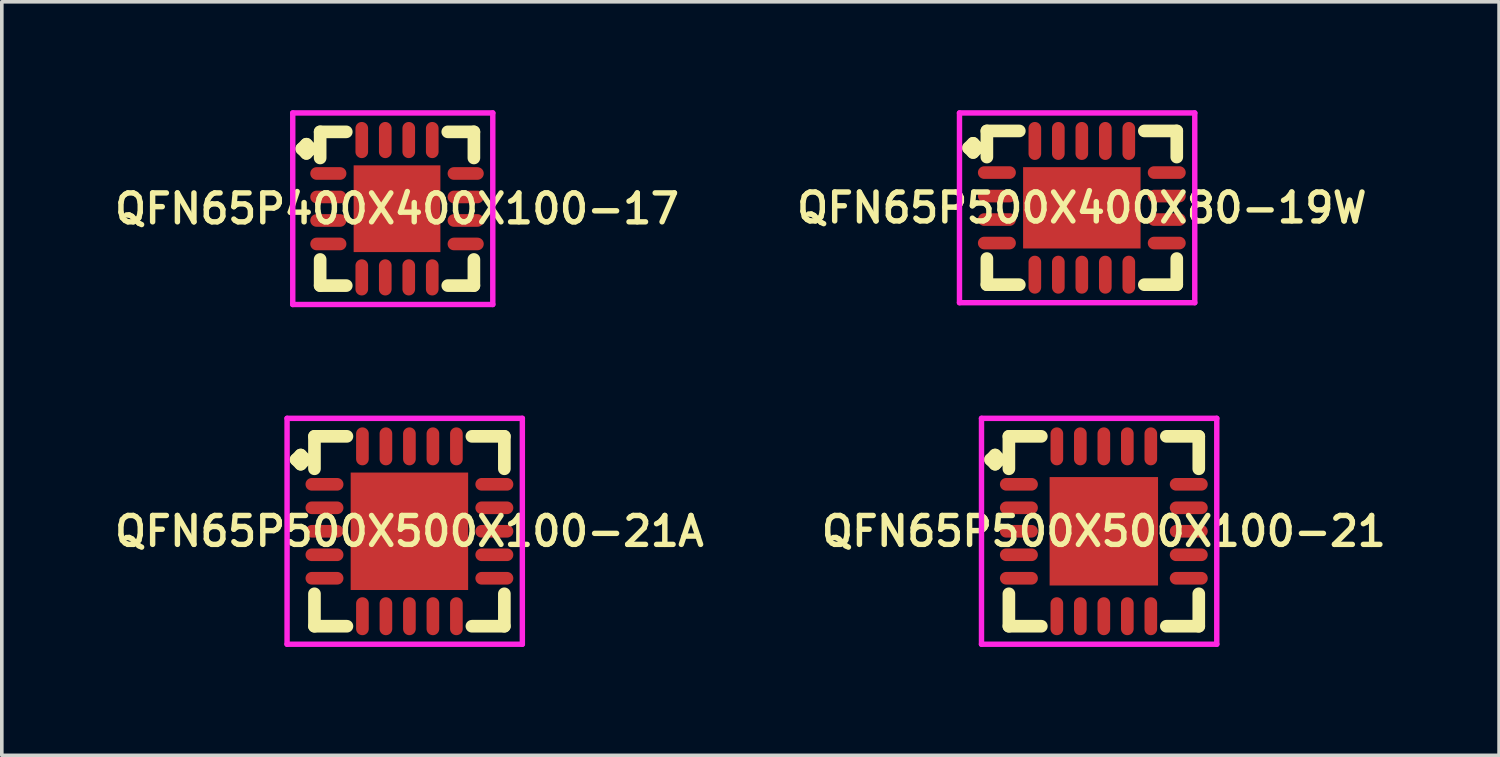
<source format=kicad_pcb>
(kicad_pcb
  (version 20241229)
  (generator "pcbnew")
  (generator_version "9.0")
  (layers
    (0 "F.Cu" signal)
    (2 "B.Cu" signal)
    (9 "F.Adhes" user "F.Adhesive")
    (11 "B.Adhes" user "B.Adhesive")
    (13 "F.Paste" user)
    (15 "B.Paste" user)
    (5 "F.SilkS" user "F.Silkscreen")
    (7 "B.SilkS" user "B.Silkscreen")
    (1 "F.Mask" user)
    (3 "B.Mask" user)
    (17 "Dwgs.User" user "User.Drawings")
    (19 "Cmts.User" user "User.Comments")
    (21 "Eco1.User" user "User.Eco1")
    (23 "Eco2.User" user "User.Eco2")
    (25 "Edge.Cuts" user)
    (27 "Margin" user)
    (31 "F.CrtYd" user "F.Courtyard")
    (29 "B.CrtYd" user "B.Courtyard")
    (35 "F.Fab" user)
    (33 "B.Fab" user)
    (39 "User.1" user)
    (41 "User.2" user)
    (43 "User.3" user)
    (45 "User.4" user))
  (footprint "QFN65P400X400X100-17"
    (layer "F.Cu")
    (at 7.935 2.725)
    (property "Reference" "QFN65P400X400X100-17" (at 0 0 0) (layer "F.SilkS") (effects (font (size 0.8 0.8) (thickness 0.15))))
    (attr smd)
    (fp_line (start -2.635 -1.658) (end -2.508 -1.785) (stroke (width 0.35) (type solid)) (layer "F.SilkS"))
    (fp_line (start -2.508 -1.785) (end -2.381 -1.658) (stroke (width 0.35) (type solid)) (layer "F.SilkS"))
    (fp_line (start -2.508 -1.531) (end -2.635 -1.658) (stroke (width 0.35) (type solid)) (layer "F.SilkS"))
    (fp_line (start -2.381 -1.658) (end -2.508 -1.531) (stroke (width 0.35) (type solid)) (layer "F.SilkS"))
    (fp_line (start -2.127 -2.127) (end -1.404 -2.127) (stroke (width 0.35) (type solid)) (layer "F.SilkS"))
    (fp_line (start -2.127 -1.404) (end -2.127 -2.127) (stroke (width 0.35) (type solid)) (layer "F.SilkS"))
    (fp_line (start -2.127 1.404) (end -2.127 2.127) (stroke (width 0.35) (type solid)) (layer "F.SilkS"))
    (fp_line (start -2.127 2.127) (end -1.404 2.127) (stroke (width 0.35) (type solid)) (layer "F.SilkS"))
    (fp_line (start 1.404 -2.127) (end 2.127 -2.127) (stroke (width 0.35) (type solid)) (layer "F.SilkS"))
    (fp_line (start 1.404 2.127) (end 2.127 2.127) (stroke (width 0.35) (type solid)) (layer "F.SilkS"))
    (fp_line (start 2.127 -2.127) (end 2.127 -1.404) (stroke (width 0.35) (type solid)) (layer "F.SilkS"))
    (fp_line (start 2.127 2.127) (end 2.127 1.404) (stroke (width 0.35) (type solid)) (layer "F.SilkS"))
    (fp_line (start -2.885 -2.65) (end 2.65 -2.65) (stroke (width 0.15) (type solid)) (layer "F.CrtYd"))
    (fp_line (start -2.885 2.65) (end -2.885 -2.65) (stroke (width 0.15) (type solid)) (layer "F.CrtYd"))
    (fp_line (start 2.65 -2.65) (end 2.65 2.65) (stroke (width 0.15) (type solid)) (layer "F.CrtYd"))
    (fp_line (start 2.65 2.65) (end -2.885 2.65) (stroke (width 0.15) (type solid)) (layer "F.CrtYd"))
    (pad "1" smd oval (at -1.9 -0.975) (size 1 0.35) (layers "F.Cu" "F.Mask" "F.Paste"))
    (pad "2" smd oval (at -1.9 -0.325) (size 1 0.35) (layers "F.Cu" "F.Mask" "F.Paste"))
    (pad "3" smd oval (at -1.9 0.325) (size 1 0.35) (layers "F.Cu" "F.Mask" "F.Paste"))
    (pad "4" smd oval (at -1.9 0.975) (size 1 0.35) (layers "F.Cu" "F.Mask" "F.Paste"))
    (pad "5" smd oval (at -0.975 1.9) (size 0.35 1) (layers "F.Cu" "F.Mask" "F.Paste"))
    (pad "6" smd oval (at -0.325 1.9) (size 0.35 1) (layers "F.Cu" "F.Mask" "F.Paste"))
    (pad "7" smd oval (at 0.325 1.9) (size 0.35 1) (layers "F.Cu" "F.Mask" "F.Paste"))
    (pad "8" smd oval (at 0.975 1.9) (size 0.35 1) (layers "F.Cu" "F.Mask" "F.Paste"))
    (pad "9" smd oval (at 1.9 0.975) (size 1 0.35) (layers "F.Cu" "F.Mask" "F.Paste"))
    (pad "10" smd oval (at 1.9 0.325) (size 1 0.35) (layers "F.Cu" "F.Mask" "F.Paste"))
    (pad "11" smd oval (at 1.9 -0.325) (size 1 0.35) (layers "F.Cu" "F.Mask" "F.Paste"))
    (pad "12" smd oval (at 1.9 -0.975) (size 1 0.35) (layers "F.Cu" "F.Mask" "F.Paste"))
    (pad "13" smd oval (at 0.975 -1.9) (size 0.35 1) (layers "F.Cu" "F.Mask" "F.Paste"))
    (pad "14" smd oval (at 0.325 -1.9) (size 0.35 1) (layers "F.Cu" "F.Mask" "F.Paste"))
    (pad "15" smd oval (at -0.325 -1.9) (size 0.35 1) (layers "F.Cu" "F.Mask" "F.Paste"))
    (pad "16" smd oval (at -0.975 -1.9) (size 0.35 1) (layers "F.Cu" "F.Mask" "F.Paste"))
    (pad "17" smd rect (at 0 0) (size 2.4 2.4) (layers "F.Cu" "F.Mask" "F.Paste")))
  (footprint "QFN65P500X500X100-21"
    (layer "F.Cu")
    (at 27.492 11.65)
    (property "Reference" "QFN65P500X500X100-21" (at 0 0 0) (layer "F.SilkS") (effects (font (size 0.8 0.8) (thickness 0.15))))
    (attr smd)
    (fp_line (start -3.135 -1.983) (end -3.008 -2.11) (stroke (width 0.35) (type solid)) (layer "F.SilkS"))
    (fp_line (start -3.008 -2.11) (end -2.881 -1.983) (stroke (width 0.35) (type solid)) (layer "F.SilkS"))
    (fp_line (start -3.008 -1.856) (end -3.135 -1.983) (stroke (width 0.35) (type solid)) (layer "F.SilkS"))
    (fp_line (start -2.881 -1.983) (end -3.008 -1.856) (stroke (width 0.35) (type solid)) (layer "F.SilkS"))
    (fp_line (start -2.627 -2.627) (end -1.729 -2.627) (stroke (width 0.35) (type solid)) (layer "F.SilkS"))
    (fp_line (start -2.627 -1.729) (end -2.627 -2.627) (stroke (width 0.35) (type solid)) (layer "F.SilkS"))
    (fp_line (start -2.627 1.729) (end -2.627 2.627) (stroke (width 0.35) (type solid)) (layer "F.SilkS"))
    (fp_line (start -2.627 2.627) (end -1.729 2.627) (stroke (width 0.35) (type solid)) (layer "F.SilkS"))
    (fp_line (start 1.729 -2.627) (end 2.627 -2.627) (stroke (width 0.35) (type solid)) (layer "F.SilkS"))
    (fp_line (start 1.729 2.627) (end 2.627 2.627) (stroke (width 0.35) (type solid)) (layer "F.SilkS"))
    (fp_line (start 2.627 -2.627) (end 2.627 -1.729) (stroke (width 0.35) (type solid)) (layer "F.SilkS"))
    (fp_line (start 2.627 2.627) (end 2.627 1.729) (stroke (width 0.35) (type solid)) (layer "F.SilkS"))
    (fp_line (start -3.385 -3.125) (end 3.125 -3.125) (stroke (width 0.15) (type solid)) (layer "F.CrtYd"))
    (fp_line (start -3.385 3.125) (end -3.385 -3.125) (stroke (width 0.15) (type solid)) (layer "F.CrtYd"))
    (fp_line (start 3.125 -3.125) (end 3.125 3.125) (stroke (width 0.15) (type solid)) (layer "F.CrtYd"))
    (fp_line (start 3.125 3.125) (end -3.385 3.125) (stroke (width 0.15) (type solid)) (layer "F.CrtYd"))
    (pad "1" smd oval (at -2.35 -1.3) (size 1.05 0.35) (layers "F.Cu" "F.Mask" "F.Paste"))
    (pad "2" smd oval (at -2.35 -0.65) (size 1.05 0.35) (layers "F.Cu" "F.Mask" "F.Paste"))
    (pad "3" smd oval (at -2.35 0) (size 1.05 0.35) (layers "F.Cu" "F.Mask" "F.Paste"))
    (pad "4" smd oval (at -2.35 0.65) (size 1.05 0.35) (layers "F.Cu" "F.Mask" "F.Paste"))
    (pad "5" smd oval (at -2.35 1.3) (size 1.05 0.35) (layers "F.Cu" "F.Mask" "F.Paste"))
    (pad "6" smd oval (at -1.3 2.35) (size 0.35 1.05) (layers "F.Cu" "F.Mask" "F.Paste"))
    (pad "7" smd oval (at -0.65 2.35) (size 0.35 1.05) (layers "F.Cu" "F.Mask" "F.Paste"))
    (pad "8" smd oval (at 0 2.35) (size 0.35 1.05) (layers "F.Cu" "F.Mask" "F.Paste"))
    (pad "9" smd oval (at 0.65 2.35) (size 0.35 1.05) (layers "F.Cu" "F.Mask" "F.Paste"))
    (pad "10" smd oval (at 1.3 2.35) (size 0.35 1.05) (layers "F.Cu" "F.Mask" "F.Paste"))
    (pad "11" smd oval (at 2.35 1.3) (size 1.05 0.35) (layers "F.Cu" "F.Mask" "F.Paste"))
    (pad "12" smd oval (at 2.35 0.65) (size 1.05 0.35) (layers "F.Cu" "F.Mask" "F.Paste"))
    (pad "13" smd oval (at 2.35 0) (size 1.05 0.35) (layers "F.Cu" "F.Mask" "F.Paste"))
    (pad "14" smd oval (at 2.35 -0.65) (size 1.05 0.35) (layers "F.Cu" "F.Mask" "F.Paste"))
    (pad "15" smd oval (at 2.35 -1.3) (size 1.05 0.35) (layers "F.Cu" "F.Mask" "F.Paste"))
    (pad "16" smd oval (at 1.3 -2.35) (size 0.35 1.05) (layers "F.Cu" "F.Mask" "F.Paste"))
    (pad "17" smd oval (at 0.65 -2.35) (size 0.35 1.05) (layers "F.Cu" "F.Mask" "F.Paste"))
    (pad "18" smd oval (at 0 -2.35) (size 0.35 1.05) (layers "F.Cu" "F.Mask" "F.Paste"))
    (pad "19" smd oval (at -0.65 -2.35) (size 0.35 1.05) (layers "F.Cu" "F.Mask" "F.Paste"))
    (pad "20" smd oval (at -1.3 -2.35) (size 0.35 1.05) (layers "F.Cu" "F.Mask" "F.Paste"))
    (pad "21" smd rect (at 0 0) (size 3 3) (layers "F.Cu" "F.Mask" "F.Paste")))
  (footprint "QFN65P500X500X100-21A"
    (layer "F.Cu")
    (at 8.278 11.65)
    (property "Reference" "QFN65P500X500X100-21A" (at 0 0 0) (layer "F.SilkS") (effects (font (size 0.8 0.8) (thickness 0.15))))
    (attr smd)
    (fp_line (start -3.135 -1.983) (end -3.008 -2.11) (stroke (width 0.35) (type solid)) (layer "F.SilkS"))
    (fp_line (start -3.008 -2.11) (end -2.881 -1.983) (stroke (width 0.35) (type solid)) (layer "F.SilkS"))
    (fp_line (start -3.008 -1.856) (end -3.135 -1.983) (stroke (width 0.35) (type solid)) (layer "F.SilkS"))
    (fp_line (start -2.881 -1.983) (end -3.008 -1.856) (stroke (width 0.35) (type solid)) (layer "F.SilkS"))
    (fp_line (start -2.627 -2.627) (end -1.729 -2.627) (stroke (width 0.35) (type solid)) (layer "F.SilkS"))
    (fp_line (start -2.627 -1.729) (end -2.627 -2.627) (stroke (width 0.35) (type solid)) (layer "F.SilkS"))
    (fp_line (start -2.627 1.729) (end -2.627 2.627) (stroke (width 0.35) (type solid)) (layer "F.SilkS"))
    (fp_line (start -2.627 2.627) (end -1.729 2.627) (stroke (width 0.35) (type solid)) (layer "F.SilkS"))
    (fp_line (start 1.729 -2.627) (end 2.627 -2.627) (stroke (width 0.35) (type solid)) (layer "F.SilkS"))
    (fp_line (start 1.729 2.627) (end 2.627 2.627) (stroke (width 0.35) (type solid)) (layer "F.SilkS"))
    (fp_line (start 2.627 -2.627) (end 2.627 -1.729) (stroke (width 0.35) (type solid)) (layer "F.SilkS"))
    (fp_line (start 2.627 2.627) (end 2.627 1.729) (stroke (width 0.35) (type solid)) (layer "F.SilkS"))
    (fp_line (start -3.385 -3.125) (end 3.125 -3.125) (stroke (width 0.15) (type solid)) (layer "F.CrtYd"))
    (fp_line (start -3.385 3.125) (end -3.385 -3.125) (stroke (width 0.15) (type solid)) (layer "F.CrtYd"))
    (fp_line (start 3.125 -3.125) (end 3.125 3.125) (stroke (width 0.15) (type solid)) (layer "F.CrtYd"))
    (fp_line (start 3.125 3.125) (end -3.385 3.125) (stroke (width 0.15) (type solid)) (layer "F.CrtYd"))
    (pad "1" smd oval (at -2.35 -1.3) (size 1.05 0.35) (layers "F.Cu" "F.Mask" "F.Paste"))
    (pad "2" smd oval (at -2.35 -0.65) (size 1.05 0.35) (layers "F.Cu" "F.Mask" "F.Paste"))
    (pad "3" smd oval (at -2.35 0) (size 1.05 0.35) (layers "F.Cu" "F.Mask" "F.Paste"))
    (pad "4" smd oval (at -2.35 0.65) (size 1.05 0.35) (layers "F.Cu" "F.Mask" "F.Paste"))
    (pad "5" smd oval (at -2.35 1.3) (size 1.05 0.35) (layers "F.Cu" "F.Mask" "F.Paste"))
    (pad "6" smd oval (at -1.3 2.35) (size 0.35 1.05) (layers "F.Cu" "F.Mask" "F.Paste"))
    (pad "7" smd oval (at -0.65 2.35) (size 0.35 1.05) (layers "F.Cu" "F.Mask" "F.Paste"))
    (pad "8" smd oval (at 0 2.35) (size 0.35 1.05) (layers "F.Cu" "F.Mask" "F.Paste"))
    (pad "9" smd oval (at 0.65 2.35) (size 0.35 1.05) (layers "F.Cu" "F.Mask" "F.Paste"))
    (pad "10" smd oval (at 1.3 2.35) (size 0.35 1.05) (layers "F.Cu" "F.Mask" "F.Paste"))
    (pad "11" smd oval (at 2.35 1.3) (size 1.05 0.35) (layers "F.Cu" "F.Mask" "F.Paste"))
    (pad "12" smd oval (at 2.35 0.65) (size 1.05 0.35) (layers "F.Cu" "F.Mask" "F.Paste"))
    (pad "13" smd oval (at 2.35 0) (size 1.05 0.35) (layers "F.Cu" "F.Mask" "F.Paste"))
    (pad "14" smd oval (at 2.35 -0.65) (size 1.05 0.35) (layers "F.Cu" "F.Mask" "F.Paste"))
    (pad "15" smd oval (at 2.35 -1.3) (size 1.05 0.35) (layers "F.Cu" "F.Mask" "F.Paste"))
    (pad "16" smd oval (at 1.3 -2.35) (size 0.35 1.05) (layers "F.Cu" "F.Mask" "F.Paste"))
    (pad "17" smd oval (at 0.65 -2.35) (size 0.35 1.05) (layers "F.Cu" "F.Mask" "F.Paste"))
    (pad "18" smd oval (at 0 -2.35) (size 0.35 1.05) (layers "F.Cu" "F.Mask" "F.Paste"))
    (pad "19" smd oval (at -0.65 -2.35) (size 0.35 1.05) (layers "F.Cu" "F.Mask" "F.Paste"))
    (pad "20" smd oval (at -1.3 -2.35) (size 0.35 1.05) (layers "F.Cu" "F.Mask" "F.Paste"))
    (pad "21" smd rect (at 0 0) (size 3.25 3.25) (layers "F.Cu" "F.Mask" "F.Paste")))
  (footprint "QFN65P500X400X80-19W"
    (layer "F.Cu")
    (at 26.883 2.7)
    (property "Reference" "QFN65P500X400X80-19W" (at 0 0 0) (layer "F.SilkS") (effects (font (size 0.8 0.8) (thickness 0.15))))
    (attr smd)
    (fp_line (start -3.135 -1.658) (end -3.008 -1.785) (stroke (width 0.35) (type solid)) (layer "F.SilkS"))
    (fp_line (start -3.008 -1.785) (end -2.881 -1.658) (stroke (width 0.35) (type solid)) (layer "F.SilkS"))
    (fp_line (start -3.008 -1.531) (end -3.135 -1.658) (stroke (width 0.35) (type solid)) (layer "F.SilkS"))
    (fp_line (start -2.881 -1.658) (end -3.008 -1.531) (stroke (width 0.35) (type solid)) (layer "F.SilkS"))
    (fp_line (start -2.627 -2.127) (end -1.729 -2.127) (stroke (width 0.35) (type solid)) (layer "F.SilkS"))
    (fp_line (start -2.627 -1.404) (end -2.627 -2.127) (stroke (width 0.35) (type solid)) (layer "F.SilkS"))
    (fp_line (start -2.627 1.404) (end -2.627 2.127) (stroke (width 0.35) (type solid)) (layer "F.SilkS"))
    (fp_line (start -2.627 2.127) (end -1.729 2.127) (stroke (width 0.35) (type solid)) (layer "F.SilkS"))
    (fp_line (start 1.729 -2.127) (end 2.627 -2.127) (stroke (width 0.35) (type solid)) (layer "F.SilkS"))
    (fp_line (start 1.729 2.127) (end 2.627 2.127) (stroke (width 0.35) (type solid)) (layer "F.SilkS"))
    (fp_line (start 2.627 -2.127) (end 2.627 -1.404) (stroke (width 0.35) (type solid)) (layer "F.SilkS"))
    (fp_line (start 2.627 2.127) (end 2.627 1.404) (stroke (width 0.35) (type solid)) (layer "F.SilkS"))
    (fp_line (start -3.385 -2.625) (end 3.125 -2.625) (stroke (width 0.15) (type solid)) (layer "F.CrtYd"))
    (fp_line (start -3.385 2.625) (end -3.385 -2.625) (stroke (width 0.15) (type solid)) (layer "F.CrtYd"))
    (fp_line (start 3.125 -2.625) (end 3.125 2.625) (stroke (width 0.15) (type solid)) (layer "F.CrtYd"))
    (fp_line (start 3.125 2.625) (end -3.385 2.625) (stroke (width 0.15) (type solid)) (layer "F.CrtYd"))
    (pad "1" smd oval (at -2.35 -0.975) (size 1.05 0.35) (layers "F.Cu" "F.Mask" "F.Paste"))
    (pad "2" smd oval (at -2.35 -0.325) (size 1.05 0.35) (layers "F.Cu" "F.Mask" "F.Paste"))
    (pad "3" smd oval (at -2.35 0.325) (size 1.05 0.35) (layers "F.Cu" "F.Mask" "F.Paste"))
    (pad "4" smd oval (at -2.35 0.975) (size 1.05 0.35) (layers "F.Cu" "F.Mask" "F.Paste"))
    (pad "5" smd oval (at -1.3 1.85) (size 0.35 1.05) (layers "F.Cu" "F.Mask" "F.Paste"))
    (pad "6" smd oval (at -0.65 1.85) (size 0.35 1.05) (layers "F.Cu" "F.Mask" "F.Paste"))
    (pad "7" smd oval (at 0 1.85) (size 0.35 1.05) (layers "F.Cu" "F.Mask" "F.Paste"))
    (pad "8" smd oval (at 0.65 1.85) (size 0.35 1.05) (layers "F.Cu" "F.Mask" "F.Paste"))
    (pad "9" smd oval (at 1.3 1.85) (size 0.35 1.05) (layers "F.Cu" "F.Mask" "F.Paste"))
    (pad "10" smd oval (at 2.35 0.975) (size 1.05 0.35) (layers "F.Cu" "F.Mask" "F.Paste"))
    (pad "11" smd oval (at 2.35 0.325) (size 1.05 0.35) (layers "F.Cu" "F.Mask" "F.Paste"))
    (pad "12" smd oval (at 2.35 -0.325) (size 1.05 0.35) (layers "F.Cu" "F.Mask" "F.Paste"))
    (pad "13" smd oval (at 2.35 -0.975) (size 1.05 0.35) (layers "F.Cu" "F.Mask" "F.Paste"))
    (pad "14" smd oval (at 1.3 -1.85) (size 0.35 1.05) (layers "F.Cu" "F.Mask" "F.Paste"))
    (pad "15" smd oval (at 0.65 -1.85) (size 0.35 1.05) (layers "F.Cu" "F.Mask" "F.Paste"))
    (pad "16" smd oval (at 0 -1.85) (size 0.35 1.05) (layers "F.Cu" "F.Mask" "F.Paste"))
    (pad "17" smd oval (at -0.65 -1.85) (size 0.35 1.05) (layers "F.Cu" "F.Mask" "F.Paste"))
    (pad "18" smd oval (at -1.3 -1.85) (size 0.35 1.05) (layers "F.Cu" "F.Mask" "F.Paste"))
    (pad "19" smd rect (at 0 0) (size 3.25 2.25) (layers "F.Cu" "F.Mask" "F.Paste")))
  (gr_rect
    (start -3 -3)
    (end 38.428 17.85)
    (stroke (width 0.1) (type default))
    (fill no)
    (layer "Edge.Cuts")))
</source>
